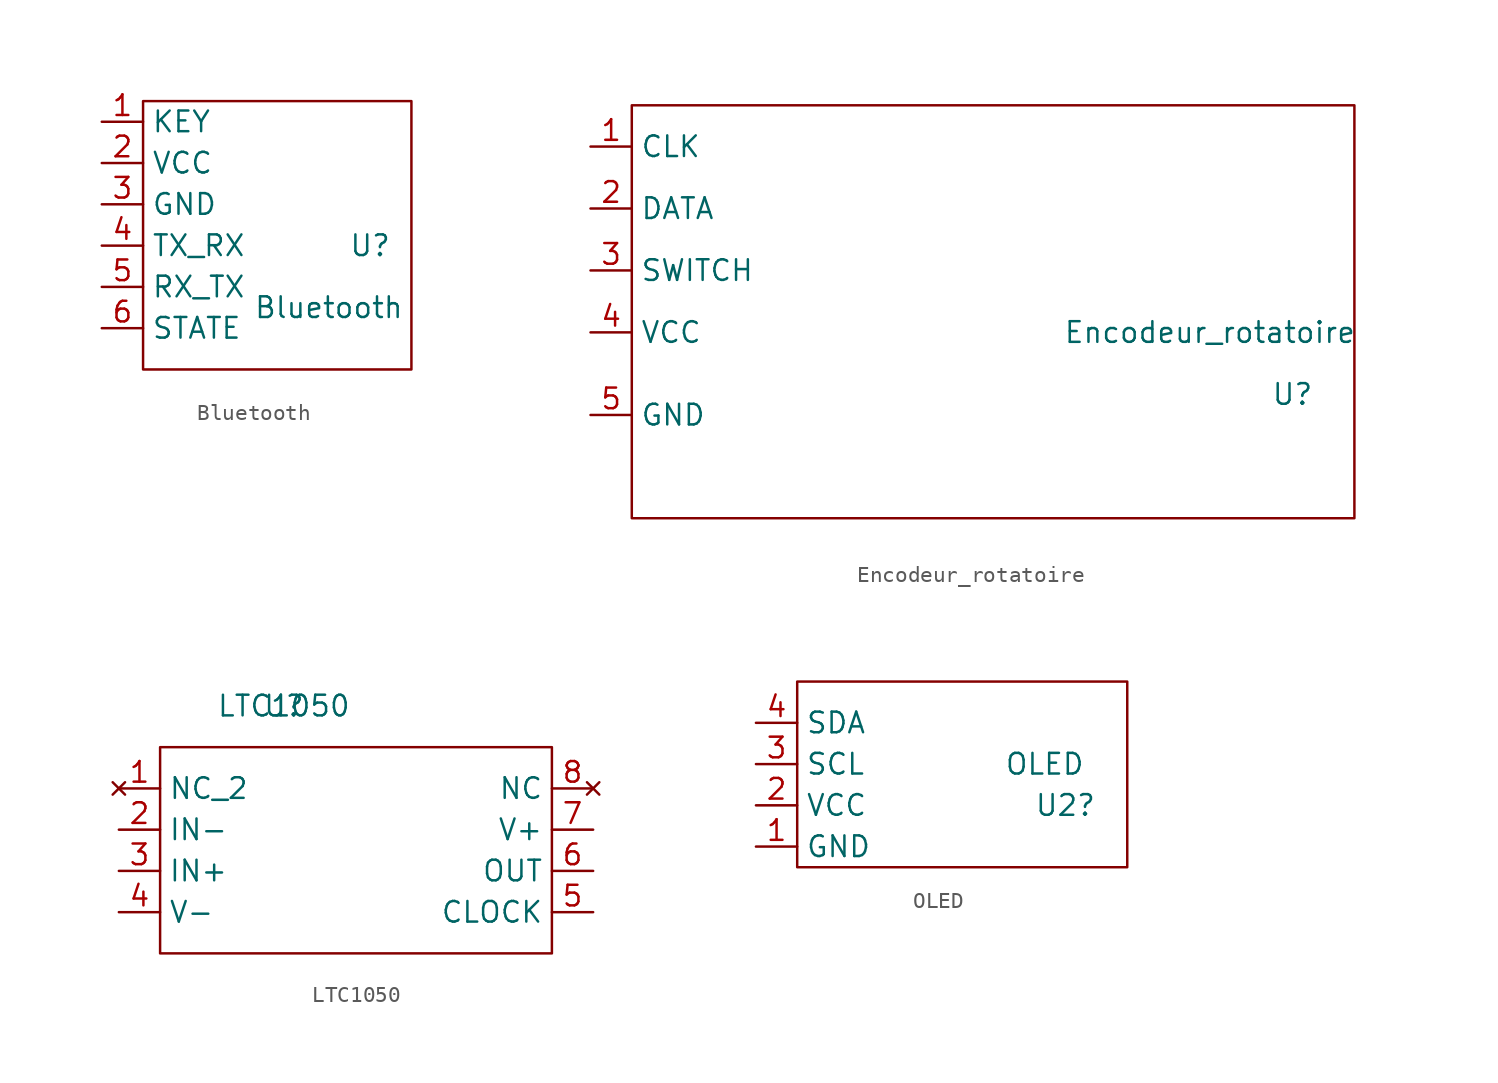
<source format=kicad_sym>
(kicad_symbol_lib
  (version 20211014)
  (generator kicad_symbol_editor)
  (symbol "Bluetooth"
    (property "Reference" "U"
      (at 6.35 -7.62 0)
      (effects (font (size 1.27 1.27))))
    (property "Value" "Bluetooth"
      (at 3.81 -11.43 0)
      (effects (font (size 1.27 1.27))))
    (symbol "Bluetooth_0_1"
      (rectangle (start -7.62 1.27) (end 8.89 -15.24) (stroke (width 0) (type default) (color 0 0 0 0)) (fill (type none))))
    (symbol "Bluetooth_1_1"
      (pin input line (at -10.16 0 0) (length 2.54) (name "KEY" (effects (font (size 1.27 1.27)))) (number "1" (effects (font (size 1.27 1.27)))))
      (pin input line (at -10.16 -2.54 0) (length 2.54) (name "VCC" (effects (font (size 1.27 1.27)))) (number "2" (effects (font (size 1.27 1.27)))))
      (pin unspecified line (at -10.16 -5.08 0) (length 2.54) (name "GND" (effects (font (size 1.27 1.27)))) (number "3" (effects (font (size 1.27 1.27)))))
      (pin input line (at -10.16 -7.62 0) (length 2.54) (name "TX_RX" (effects (font (size 1.27 1.27)))) (number "4" (effects (font (size 1.27 1.27)))))
      (pin input line (at -10.16 -10.16 0) (length 2.54) (name "RX_TX" (effects (font (size 1.27 1.27)))) (number "5" (effects (font (size 1.27 1.27)))))
      (pin input line (at -10.16 -12.7 0) (length 2.54) (name "STATE" (effects (font (size 1.27 1.27)))) (number "6" (effects (font (size 1.27 1.27)))))))
  (symbol "Encodeur_rotatoire"
    (property "Reference" "U"
      (at 19.05 -21.59 0)
      (effects (font (size 1.27 1.27))))
    (property "Value" "Encodeur_rotatoire"
      (at 13.97 -17.78 0)
      (effects (font (size 1.27 1.27))))
    (symbol "Encodeur_rotatoire_0_1"
      (rectangle (start -21.59 -3.81) (end 22.86 -29.21) (stroke (width 0) (type default) (color 0 0 0 0)) (fill (type none))))
    (symbol "Encodeur_rotatoire_1_1"
      (pin input line (at -24.13 -6.35 0) (length 2.54) (name "CLK" (effects (font (size 1.27 1.27)))) (number "1" (effects (font (size 1.27 1.27)))))
      (pin input line (at -24.13 -10.16 0) (length 2.54) (name "DATA" (effects (font (size 1.27 1.27)))) (number "2" (effects (font (size 1.27 1.27)))))
      (pin input line (at -24.13 -13.97 0) (length 2.54) (name "SWITCH" (effects (font (size 1.27 1.27)))) (number "3" (effects (font (size 1.27 1.27)))))
      (pin input line (at -24.13 -17.78 0) (length 2.54) (name "VCC" (effects (font (size 1.27 1.27)))) (number "4" (effects (font (size 1.27 1.27)))))
      (pin unspecified line (at -24.13 -22.86 0) (length 2.54) (name "GND" (effects (font (size 1.27 1.27)))) (number "5" (effects (font (size 1.27 1.27)))))))
  (symbol "LTC1050"
    (property "Reference" "U"
      (at 0 0 0)
      (effects (font (size 1.27 1.27))))
    (property "Value" "LTC1050"
      (at 0 0 0)
      (effects (font (size 1.27 1.27))))
    (symbol "LTC1050_0_1"
      (rectangle (start -7.62 -2.54) (end 16.51 -15.24) (stroke (width 0) (type default) (color 0 0 0 0)) (fill (type none))))
    (symbol "LTC1050_1_1"
      (pin no_connect line (at -10.16 -5.08 0) (length 2.54) (name "NC_2" (effects (font (size 1.27 1.27)))) (number "1" (effects (font (size 1.27 1.27)))))
      (pin input line (at -10.16 -7.62 0) (length 2.54) (name "IN-" (effects (font (size 1.27 1.27)))) (number "2" (effects (font (size 1.27 1.27)))))
      (pin input line (at -10.16 -10.16 0) (length 2.54) (name "IN+" (effects (font (size 1.27 1.27)))) (number "3" (effects (font (size 1.27 1.27)))))
      (pin input line (at -10.16 -12.7 0) (length 2.54) (name "V-" (effects (font (size 1.27 1.27)))) (number "4" (effects (font (size 1.27 1.27)))))
      (pin input line (at 19.05 -12.7 180) (length 2.54) (name "CLOCK" (effects (font (size 1.27 1.27)))) (number "5" (effects (font (size 1.27 1.27)))))
      (pin output line (at 19.05 -10.16 180) (length 2.54) (name "OUT" (effects (font (size 1.27 1.27)))) (number "6" (effects (font (size 1.27 1.27)))))
      (pin input line (at 19.05 -7.62 180) (length 2.54) (name "V+" (effects (font (size 1.27 1.27)))) (number "7" (effects (font (size 1.27 1.27)))))
      (pin no_connect line (at 19.05 -5.08 180) (length 2.54) (name "NC" (effects (font (size 1.27 1.27)))) (number "8" (effects (font (size 1.27 1.27)))))))
  (symbol "OLED"
    (property "Reference" "U2"
      (at 11.43 -11.43 0)
      (effects (font (size 1.27 1.27))))
    (property "Value" "OLED"
      (at 10.16 -8.89 0)
      (effects (font (size 1.27 1.27))))
    (symbol "OLED_0_1"
      (rectangle (start -5.08 -3.81) (end 15.24 -15.24) (stroke (width 0) (type default) (color 0 0 0 0)) (fill (type none))))
    (symbol "OLED_1_1"
      (pin unspecified line (at -7.62 -13.97 0) (length 2.54) (name "GND" (effects (font (size 1.27 1.27)))) (number "1" (effects (font (size 1.27 1.27)))))
      (pin input line (at -7.62 -11.43 0) (length 2.54) (name "VCC" (effects (font (size 1.27 1.27)))) (number "2" (effects (font (size 1.27 1.27)))))
      (pin input line (at -7.62 -8.89 0) (length 2.54) (name "SCL" (effects (font (size 1.27 1.27)))) (number "3" (effects (font (size 1.27 1.27)))))
      (pin input line (at -7.62 -6.35 0) (length 2.54) (name "SDA" (effects (font (size 1.27 1.27)))) (number "4" (effects (font (size 1.27 1.27))))))))
</source>
